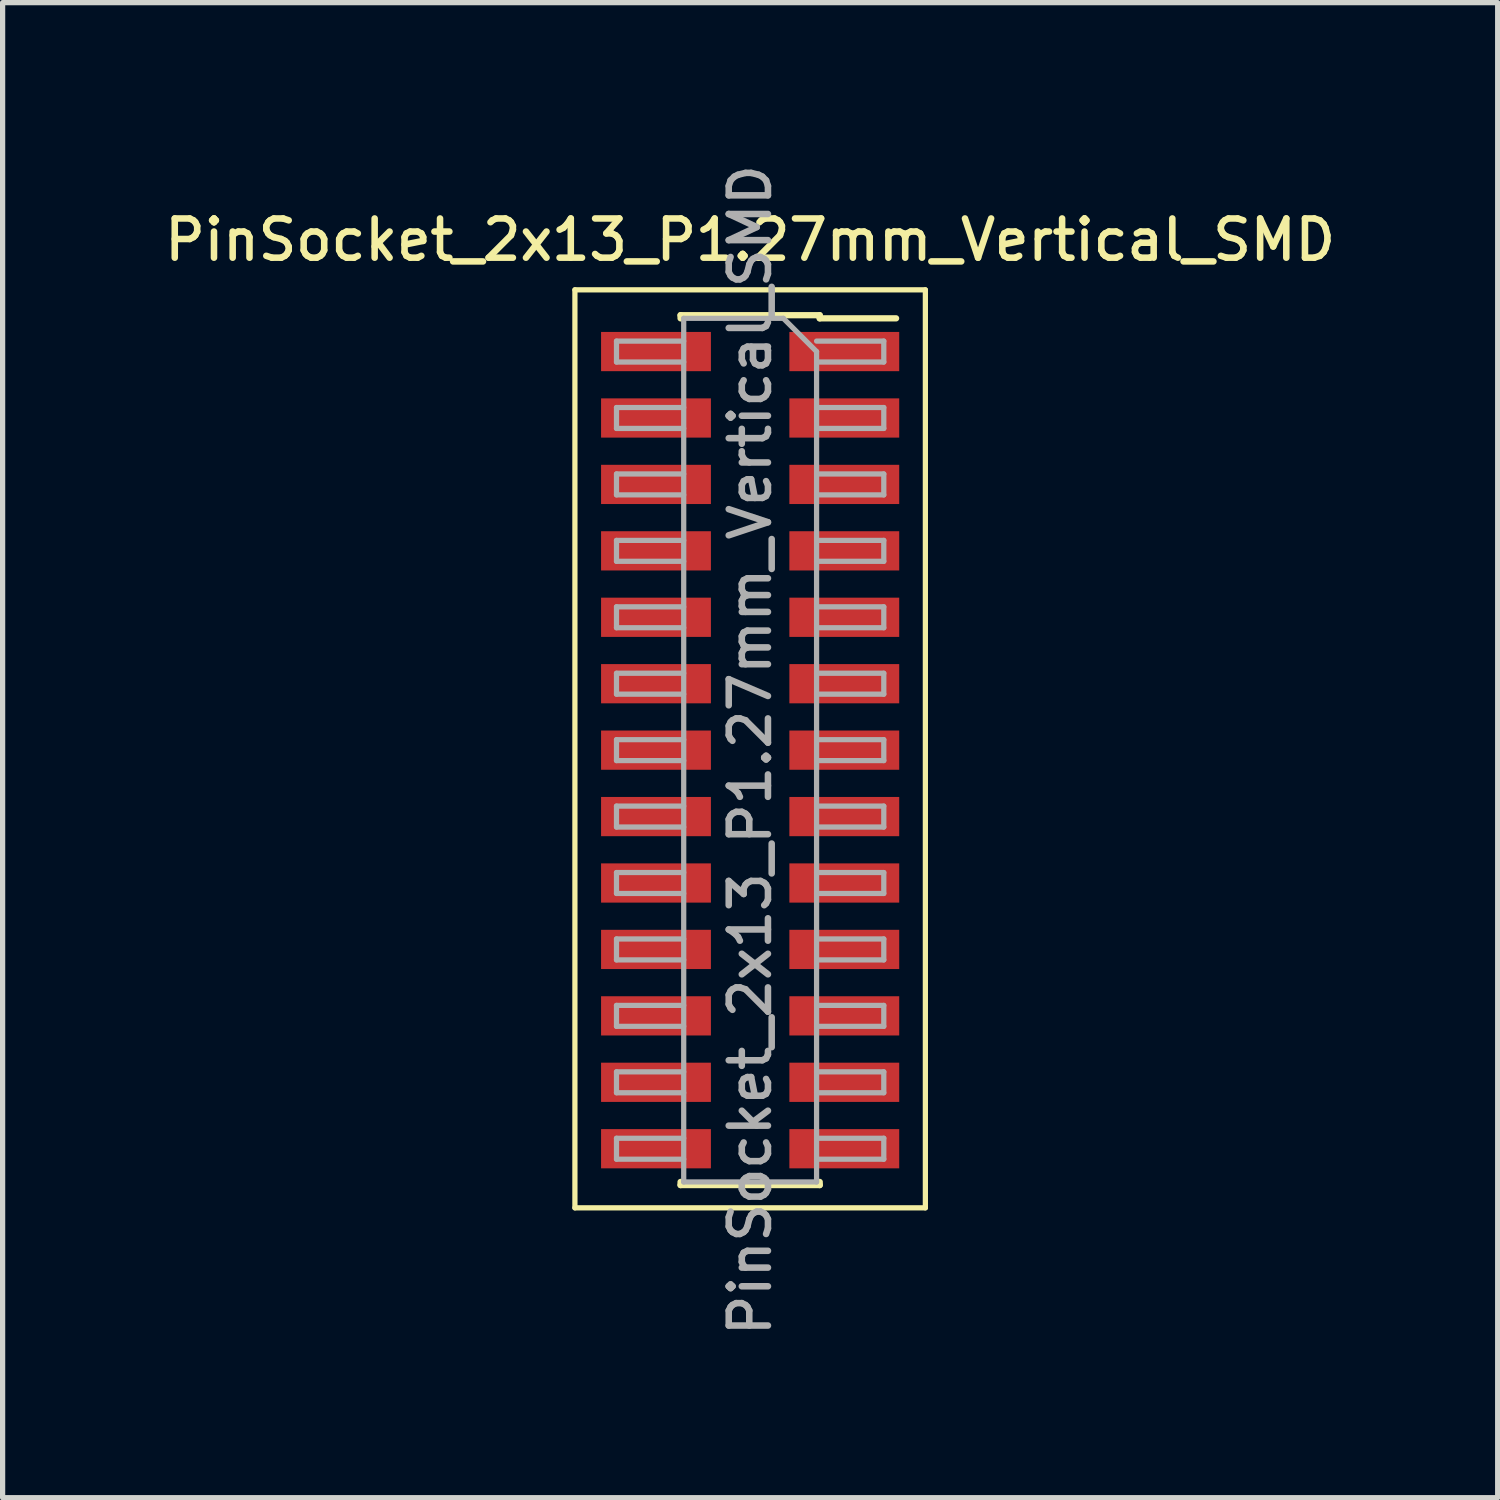
<source format=kicad_pcb>
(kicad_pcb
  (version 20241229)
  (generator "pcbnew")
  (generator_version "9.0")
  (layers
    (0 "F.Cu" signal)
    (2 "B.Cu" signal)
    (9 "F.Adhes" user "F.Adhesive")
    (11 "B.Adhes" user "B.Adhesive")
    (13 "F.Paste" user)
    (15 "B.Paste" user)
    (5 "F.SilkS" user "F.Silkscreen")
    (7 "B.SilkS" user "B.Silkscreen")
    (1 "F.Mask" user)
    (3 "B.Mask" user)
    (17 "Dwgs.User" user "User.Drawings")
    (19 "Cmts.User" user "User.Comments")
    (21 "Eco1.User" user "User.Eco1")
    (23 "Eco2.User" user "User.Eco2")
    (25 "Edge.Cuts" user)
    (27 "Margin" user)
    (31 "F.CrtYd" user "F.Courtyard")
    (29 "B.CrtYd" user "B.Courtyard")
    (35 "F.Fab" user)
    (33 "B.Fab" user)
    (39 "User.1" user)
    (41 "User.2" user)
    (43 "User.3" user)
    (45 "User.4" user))
  (footprint "PinSocket_2x13_P1.27mm_Vertical_SMD"
    (layer "F.Cu")
    (at 11.291 11.291)
    (property "Reference" "PinSocket_2x13_P1.27mm_Vertical_SMD" (at 0 -9.755 0) (layer "F.SilkS") (effects (font (size 0.75 0.75) (thickness 0.125))))
    (attr smd)
    (fp_line (start -3.35 -8.8) (end 3.35 -8.8) (stroke (width 0.1) (type solid)) (layer "F.SilkS"))
    (fp_line (start -3.35 8.75) (end -3.35 -8.8) (stroke (width 0.1) (type solid)) (layer "F.SilkS"))
    (fp_line (start -1.33 -8.315) (end -1.33 -8.255) (stroke (width 0.12) (type solid)) (layer "F.SilkS"))
    (fp_line (start -1.33 -8.315) (end 1.33 -8.315) (stroke (width 0.12) (type solid)) (layer "F.SilkS"))
    (fp_line (start -1.33 8.255) (end -1.33 8.315) (stroke (width 0.12) (type solid)) (layer "F.SilkS"))
    (fp_line (start -1.33 8.315) (end 1.33 8.315) (stroke (width 0.12) (type solid)) (layer "F.SilkS"))
    (fp_line (start 1.33 -8.315) (end 1.33 -8.255) (stroke (width 0.12) (type solid)) (layer "F.SilkS"))
    (fp_line (start 1.33 -8.255) (end 2.79 -8.255) (stroke (width 0.12) (type solid)) (layer "F.SilkS"))
    (fp_line (start 1.33 8.255) (end 1.33 8.315) (stroke (width 0.12) (type solid)) (layer "F.SilkS"))
    (fp_line (start 3.35 -8.8) (end 3.35 8.75) (stroke (width 0.1) (type solid)) (layer "F.SilkS"))
    (fp_line (start 3.35 8.75) (end -3.35 8.75) (stroke (width 0.1) (type solid)) (layer "F.SilkS"))
    (fp_line (start -2.555 -7.82) (end -1.27 -7.82) (stroke (width 0.1) (type solid)) (layer "F.Fab"))
    (fp_line (start -2.555 -7.42) (end -2.555 -7.82) (stroke (width 0.1) (type solid)) (layer "F.Fab"))
    (fp_line (start -2.555 -6.55) (end -1.27 -6.55) (stroke (width 0.1) (type solid)) (layer "F.Fab"))
    (fp_line (start -2.555 -6.15) (end -2.555 -6.55) (stroke (width 0.1) (type solid)) (layer "F.Fab"))
    (fp_line (start -2.555 -5.28) (end -1.27 -5.28) (stroke (width 0.1) (type solid)) (layer "F.Fab"))
    (fp_line (start -2.555 -4.88) (end -2.555 -5.28) (stroke (width 0.1) (type solid)) (layer "F.Fab"))
    (fp_line (start -2.555 -4.01) (end -1.27 -4.01) (stroke (width 0.1) (type solid)) (layer "F.Fab"))
    (fp_line (start -2.555 -3.61) (end -2.555 -4.01) (stroke (width 0.1) (type solid)) (layer "F.Fab"))
    (fp_line (start -2.555 -2.74) (end -1.27 -2.74) (stroke (width 0.1) (type solid)) (layer "F.Fab"))
    (fp_line (start -2.555 -2.34) (end -2.555 -2.74) (stroke (width 0.1) (type solid)) (layer "F.Fab"))
    (fp_line (start -2.555 -1.47) (end -1.27 -1.47) (stroke (width 0.1) (type solid)) (layer "F.Fab"))
    (fp_line (start -2.555 -1.07) (end -2.555 -1.47) (stroke (width 0.1) (type solid)) (layer "F.Fab"))
    (fp_line (start -2.555 -0.2) (end -1.27 -0.2) (stroke (width 0.1) (type solid)) (layer "F.Fab"))
    (fp_line (start -2.555 0.2) (end -2.555 -0.2) (stroke (width 0.1) (type solid)) (layer "F.Fab"))
    (fp_line (start -2.555 1.07) (end -1.27 1.07) (stroke (width 0.1) (type solid)) (layer "F.Fab"))
    (fp_line (start -2.555 1.47) (end -2.555 1.07) (stroke (width 0.1) (type solid)) (layer "F.Fab"))
    (fp_line (start -2.555 2.34) (end -1.27 2.34) (stroke (width 0.1) (type solid)) (layer "F.Fab"))
    (fp_line (start -2.555 2.74) (end -2.555 2.34) (stroke (width 0.1) (type solid)) (layer "F.Fab"))
    (fp_line (start -2.555 3.61) (end -1.27 3.61) (stroke (width 0.1) (type solid)) (layer "F.Fab"))
    (fp_line (start -2.555 4.01) (end -2.555 3.61) (stroke (width 0.1) (type solid)) (layer "F.Fab"))
    (fp_line (start -2.555 4.88) (end -1.27 4.88) (stroke (width 0.1) (type solid)) (layer "F.Fab"))
    (fp_line (start -2.555 5.28) (end -2.555 4.88) (stroke (width 0.1) (type solid)) (layer "F.Fab"))
    (fp_line (start -2.555 6.15) (end -1.27 6.15) (stroke (width 0.1) (type solid)) (layer "F.Fab"))
    (fp_line (start -2.555 6.55) (end -2.555 6.15) (stroke (width 0.1) (type solid)) (layer "F.Fab"))
    (fp_line (start -2.555 7.42) (end -1.27 7.42) (stroke (width 0.1) (type solid)) (layer "F.Fab"))
    (fp_line (start -2.555 7.82) (end -2.555 7.42) (stroke (width 0.1) (type solid)) (layer "F.Fab"))
    (fp_line (start -1.27 -8.255) (end 0.635 -8.255) (stroke (width 0.1) (type solid)) (layer "F.Fab"))
    (fp_line (start -1.27 -7.42) (end -2.555 -7.42) (stroke (width 0.1) (type solid)) (layer "F.Fab"))
    (fp_line (start -1.27 -6.15) (end -2.555 -6.15) (stroke (width 0.1) (type solid)) (layer "F.Fab"))
    (fp_line (start -1.27 -4.88) (end -2.555 -4.88) (stroke (width 0.1) (type solid)) (layer "F.Fab"))
    (fp_line (start -1.27 -3.61) (end -2.555 -3.61) (stroke (width 0.1) (type solid)) (layer "F.Fab"))
    (fp_line (start -1.27 -2.34) (end -2.555 -2.34) (stroke (width 0.1) (type solid)) (layer "F.Fab"))
    (fp_line (start -1.27 -1.07) (end -2.555 -1.07) (stroke (width 0.1) (type solid)) (layer "F.Fab"))
    (fp_line (start -1.27 0.2) (end -2.555 0.2) (stroke (width 0.1) (type solid)) (layer "F.Fab"))
    (fp_line (start -1.27 1.47) (end -2.555 1.47) (stroke (width 0.1) (type solid)) (layer "F.Fab"))
    (fp_line (start -1.27 2.74) (end -2.555 2.74) (stroke (width 0.1) (type solid)) (layer "F.Fab"))
    (fp_line (start -1.27 4.01) (end -2.555 4.01) (stroke (width 0.1) (type solid)) (layer "F.Fab"))
    (fp_line (start -1.27 5.28) (end -2.555 5.28) (stroke (width 0.1) (type solid)) (layer "F.Fab"))
    (fp_line (start -1.27 6.55) (end -2.555 6.55) (stroke (width 0.1) (type solid)) (layer "F.Fab"))
    (fp_line (start -1.27 7.82) (end -2.555 7.82) (stroke (width 0.1) (type solid)) (layer "F.Fab"))
    (fp_line (start -1.27 8.255) (end -1.27 -8.255) (stroke (width 0.1) (type solid)) (layer "F.Fab"))
    (fp_line (start 0.635 -8.255) (end 1.27 -7.62) (stroke (width 0.1) (type solid)) (layer "F.Fab"))
    (fp_line (start 1.27 -7.82) (end 2.555 -7.82) (stroke (width 0.1) (type solid)) (layer "F.Fab"))
    (fp_line (start 1.27 -7.62) (end 1.27 8.255) (stroke (width 0.1) (type solid)) (layer "F.Fab"))
    (fp_line (start 1.27 -6.55) (end 2.555 -6.55) (stroke (width 0.1) (type solid)) (layer "F.Fab"))
    (fp_line (start 1.27 -5.28) (end 2.555 -5.28) (stroke (width 0.1) (type solid)) (layer "F.Fab"))
    (fp_line (start 1.27 -4.01) (end 2.555 -4.01) (stroke (width 0.1) (type solid)) (layer "F.Fab"))
    (fp_line (start 1.27 -2.74) (end 2.555 -2.74) (stroke (width 0.1) (type solid)) (layer "F.Fab"))
    (fp_line (start 1.27 -1.47) (end 2.555 -1.47) (stroke (width 0.1) (type solid)) (layer "F.Fab"))
    (fp_line (start 1.27 -0.2) (end 2.555 -0.2) (stroke (width 0.1) (type solid)) (layer "F.Fab"))
    (fp_line (start 1.27 1.07) (end 2.555 1.07) (stroke (width 0.1) (type solid)) (layer "F.Fab"))
    (fp_line (start 1.27 2.34) (end 2.555 2.34) (stroke (width 0.1) (type solid)) (layer "F.Fab"))
    (fp_line (start 1.27 3.61) (end 2.555 3.61) (stroke (width 0.1) (type solid)) (layer "F.Fab"))
    (fp_line (start 1.27 4.88) (end 2.555 4.88) (stroke (width 0.1) (type solid)) (layer "F.Fab"))
    (fp_line (start 1.27 6.15) (end 2.555 6.15) (stroke (width 0.1) (type solid)) (layer "F.Fab"))
    (fp_line (start 1.27 7.42) (end 2.555 7.42) (stroke (width 0.1) (type solid)) (layer "F.Fab"))
    (fp_line (start 1.27 8.255) (end -1.27 8.255) (stroke (width 0.1) (type solid)) (layer "F.Fab"))
    (fp_line (start 2.555 -7.82) (end 2.555 -7.42) (stroke (width 0.1) (type solid)) (layer "F.Fab"))
    (fp_line (start 2.555 -7.42) (end 1.27 -7.42) (stroke (width 0.1) (type solid)) (layer "F.Fab"))
    (fp_line (start 2.555 -6.55) (end 2.555 -6.15) (stroke (width 0.1) (type solid)) (layer "F.Fab"))
    (fp_line (start 2.555 -6.15) (end 1.27 -6.15) (stroke (width 0.1) (type solid)) (layer "F.Fab"))
    (fp_line (start 2.555 -5.28) (end 2.555 -4.88) (stroke (width 0.1) (type solid)) (layer "F.Fab"))
    (fp_line (start 2.555 -4.88) (end 1.27 -4.88) (stroke (width 0.1) (type solid)) (layer "F.Fab"))
    (fp_line (start 2.555 -4.01) (end 2.555 -3.61) (stroke (width 0.1) (type solid)) (layer "F.Fab"))
    (fp_line (start 2.555 -3.61) (end 1.27 -3.61) (stroke (width 0.1) (type solid)) (layer "F.Fab"))
    (fp_line (start 2.555 -2.74) (end 2.555 -2.34) (stroke (width 0.1) (type solid)) (layer "F.Fab"))
    (fp_line (start 2.555 -2.34) (end 1.27 -2.34) (stroke (width 0.1) (type solid)) (layer "F.Fab"))
    (fp_line (start 2.555 -1.47) (end 2.555 -1.07) (stroke (width 0.1) (type solid)) (layer "F.Fab"))
    (fp_line (start 2.555 -1.07) (end 1.27 -1.07) (stroke (width 0.1) (type solid)) (layer "F.Fab"))
    (fp_line (start 2.555 -0.2) (end 2.555 0.2) (stroke (width 0.1) (type solid)) (layer "F.Fab"))
    (fp_line (start 2.555 0.2) (end 1.27 0.2) (stroke (width 0.1) (type solid)) (layer "F.Fab"))
    (fp_line (start 2.555 1.07) (end 2.555 1.47) (stroke (width 0.1) (type solid)) (layer "F.Fab"))
    (fp_line (start 2.555 1.47) (end 1.27 1.47) (stroke (width 0.1) (type solid)) (layer "F.Fab"))
    (fp_line (start 2.555 2.34) (end 2.555 2.74) (stroke (width 0.1) (type solid)) (layer "F.Fab"))
    (fp_line (start 2.555 2.74) (end 1.27 2.74) (stroke (width 0.1) (type solid)) (layer "F.Fab"))
    (fp_line (start 2.555 3.61) (end 2.555 4.01) (stroke (width 0.1) (type solid)) (layer "F.Fab"))
    (fp_line (start 2.555 4.01) (end 1.27 4.01) (stroke (width 0.1) (type solid)) (layer "F.Fab"))
    (fp_line (start 2.555 4.88) (end 2.555 5.28) (stroke (width 0.1) (type solid)) (layer "F.Fab"))
    (fp_line (start 2.555 5.28) (end 1.27 5.28) (stroke (width 0.1) (type solid)) (layer "F.Fab"))
    (fp_line (start 2.555 6.15) (end 2.555 6.55) (stroke (width 0.1) (type solid)) (layer "F.Fab"))
    (fp_line (start 2.555 6.55) (end 1.27 6.55) (stroke (width 0.1) (type solid)) (layer "F.Fab"))
    (fp_line (start 2.555 7.42) (end 2.555 7.82) (stroke (width 0.1) (type solid)) (layer "F.Fab"))
    (fp_line (start 2.555 7.82) (end 1.27 7.82) (stroke (width 0.1) (type solid)) (layer "F.Fab"))
    (fp_text user "${REFERENCE}" (at 0 0 90) (layer "F.Fab") (effects (font (size 0.75 0.75) (thickness 0.125))))
    (pad "1" smd rect (at 1.8 -7.62) (size 2.1 0.75) (layers "F.Cu" "F.Mask" "F.Paste"))
    (pad "2" smd rect (at -1.8 -7.62) (size 2.1 0.75) (layers "F.Cu" "F.Mask" "F.Paste"))
    (pad "3" smd rect (at 1.8 -6.35) (size 2.1 0.75) (layers "F.Cu" "F.Mask" "F.Paste"))
    (pad "4" smd rect (at -1.8 -6.35) (size 2.1 0.75) (layers "F.Cu" "F.Mask" "F.Paste"))
    (pad "5" smd rect (at 1.8 -5.08) (size 2.1 0.75) (layers "F.Cu" "F.Mask" "F.Paste"))
    (pad "6" smd rect (at -1.8 -5.08) (size 2.1 0.75) (layers "F.Cu" "F.Mask" "F.Paste"))
    (pad "7" smd rect (at 1.8 -3.81) (size 2.1 0.75) (layers "F.Cu" "F.Mask" "F.Paste"))
    (pad "8" smd rect (at -1.8 -3.81) (size 2.1 0.75) (layers "F.Cu" "F.Mask" "F.Paste"))
    (pad "9" smd rect (at 1.8 -2.54) (size 2.1 0.75) (layers "F.Cu" "F.Mask" "F.Paste"))
    (pad "10" smd rect (at -1.8 -2.54) (size 2.1 0.75) (layers "F.Cu" "F.Mask" "F.Paste"))
    (pad "11" smd rect (at 1.8 -1.27) (size 2.1 0.75) (layers "F.Cu" "F.Mask" "F.Paste"))
    (pad "12" smd rect (at -1.8 -1.27) (size 2.1 0.75) (layers "F.Cu" "F.Mask" "F.Paste"))
    (pad "13" smd rect (at 1.8 0) (size 2.1 0.75) (layers "F.Cu" "F.Mask" "F.Paste"))
    (pad "14" smd rect (at -1.8 0) (size 2.1 0.75) (layers "F.Cu" "F.Mask" "F.Paste"))
    (pad "15" smd rect (at 1.8 1.27) (size 2.1 0.75) (layers "F.Cu" "F.Mask" "F.Paste"))
    (pad "16" smd rect (at -1.8 1.27) (size 2.1 0.75) (layers "F.Cu" "F.Mask" "F.Paste"))
    (pad "17" smd rect (at 1.8 2.54) (size 2.1 0.75) (layers "F.Cu" "F.Mask" "F.Paste"))
    (pad "18" smd rect (at -1.8 2.54) (size 2.1 0.75) (layers "F.Cu" "F.Mask" "F.Paste"))
    (pad "19" smd rect (at 1.8 3.81) (size 2.1 0.75) (layers "F.Cu" "F.Mask" "F.Paste"))
    (pad "20" smd rect (at -1.8 3.81) (size 2.1 0.75) (layers "F.Cu" "F.Mask" "F.Paste"))
    (pad "21" smd rect (at 1.8 5.08) (size 2.1 0.75) (layers "F.Cu" "F.Mask" "F.Paste"))
    (pad "22" smd rect (at -1.8 5.08) (size 2.1 0.75) (layers "F.Cu" "F.Mask" "F.Paste"))
    (pad "23" smd rect (at 1.8 6.35) (size 2.1 0.75) (layers "F.Cu" "F.Mask" "F.Paste"))
    (pad "24" smd rect (at -1.8 6.35) (size 2.1 0.75) (layers "F.Cu" "F.Mask" "F.Paste"))
    (pad "25" smd rect (at 1.8 7.62) (size 2.1 0.75) (layers "F.Cu" "F.Mask" "F.Paste"))
    (pad "26" smd rect (at -1.8 7.62) (size 2.1 0.75) (layers "F.Cu" "F.Mask" "F.Paste")))
  (gr_rect
    (start -3 -3)
    (end 25.582 25.582)
    (stroke (width 0.1) (type default))
    (fill no)
    (layer "Edge.Cuts")))
</source>
